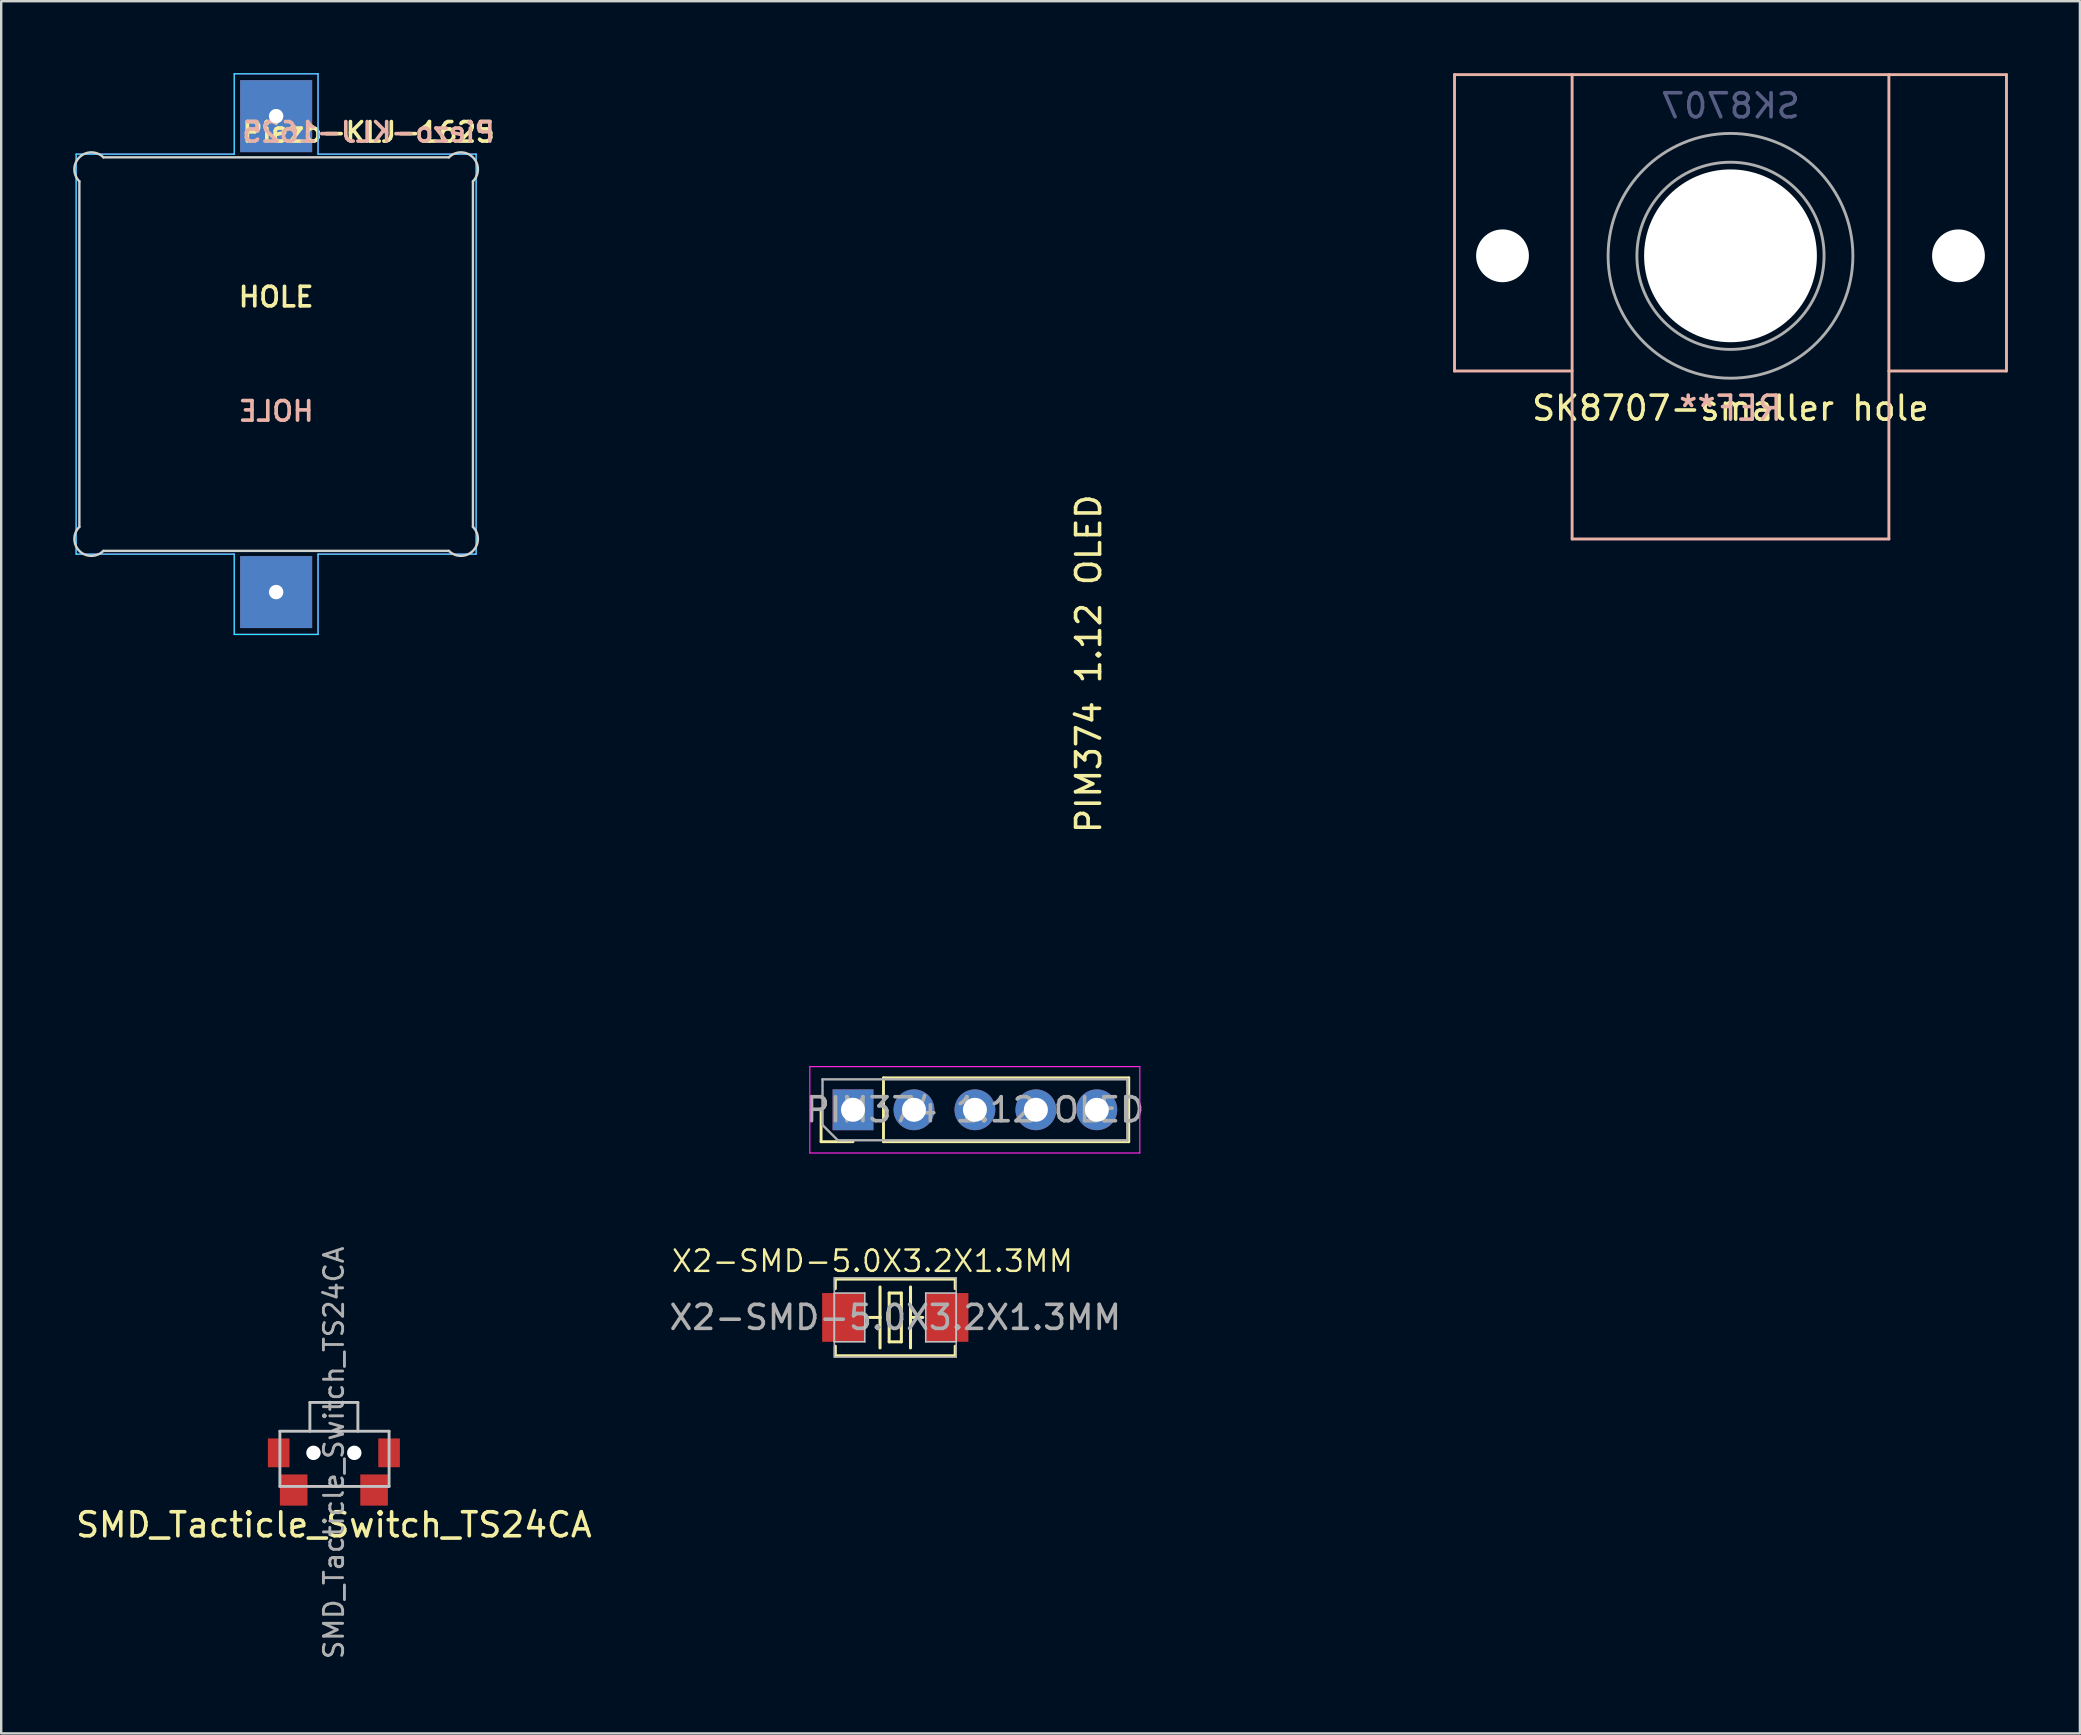
<source format=kicad_pcb>
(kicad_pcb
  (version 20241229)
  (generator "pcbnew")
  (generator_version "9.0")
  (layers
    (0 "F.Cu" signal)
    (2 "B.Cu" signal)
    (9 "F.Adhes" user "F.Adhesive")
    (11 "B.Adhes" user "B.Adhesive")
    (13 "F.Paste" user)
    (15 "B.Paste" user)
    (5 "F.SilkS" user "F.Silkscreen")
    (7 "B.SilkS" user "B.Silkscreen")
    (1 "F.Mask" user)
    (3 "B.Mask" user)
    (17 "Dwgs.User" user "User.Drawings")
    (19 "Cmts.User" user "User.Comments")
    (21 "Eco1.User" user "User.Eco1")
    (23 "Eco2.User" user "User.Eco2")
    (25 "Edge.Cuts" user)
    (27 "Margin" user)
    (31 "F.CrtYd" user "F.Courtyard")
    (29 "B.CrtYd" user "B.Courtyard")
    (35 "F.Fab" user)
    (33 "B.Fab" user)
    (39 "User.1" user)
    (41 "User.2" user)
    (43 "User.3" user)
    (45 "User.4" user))
  (footprint "Piezo-KLJ-1625"
    (layer "F.Cu")
    (at 8.457 11.706)
    (property "Reference" "Piezo-KLJ-1625" (at 3.851 -9.246 180) (layer "F.SilkS") (effects (font (size 0.813 0.813) (thickness 0.152))))
    (attr through_hole)
    (fp_line (start -8.2 -7.2) (end -8.2 7.2) (stroke (width 0.1) (type solid)) (layer "Edge.Cuts"))
    (fp_line (start -7.2 8.2) (end 7.2 8.2) (stroke (width 0.1) (type solid)) (layer "Edge.Cuts"))
    (fp_line (start 7.2 -8.2) (end -7.2 -8.2) (stroke (width 0.1) (type solid)) (layer "Edge.Cuts"))
    (fp_line (start 8.2 7.2) (end 8.2 -7.2) (stroke (width 0.1) (type solid)) (layer "Edge.Cuts"))
    (fp_arc (start -8.2 -7.2) (mid -8.2 -8.2) (end -7.2 -8.2) (stroke (width 0.1) (type solid)) (layer "Edge.Cuts"))
    (fp_arc (start -7.2 8.2) (mid -8.2 8.2) (end -8.2 7.2) (stroke (width 0.1) (type solid)) (layer "Edge.Cuts"))
    (fp_arc (start 7.2 -8.2) (mid 8.2 -8.2) (end 8.2 -7.2) (stroke (width 0.1) (type solid)) (layer "Edge.Cuts"))
    (fp_arc (start 8.2 7.2) (mid 8.2 8.2) (end 7.2 8.2) (stroke (width 0.1) (type solid)) (layer "Edge.Cuts"))
    (fp_line (start -8.334 -8.334) (end -8.334 8.334) (stroke (width 0.05) (type solid)) (layer "B.CrtYd"))
    (fp_line (start -8.334 8.334) (end -1.746 8.334) (stroke (width 0.05) (type solid)) (layer "B.CrtYd"))
    (fp_line (start -1.746 -11.681) (end -1.746 -8.334) (stroke (width 0.05) (type solid)) (layer "B.CrtYd"))
    (fp_line (start -1.746 -8.334) (end -8.334 -8.334) (stroke (width 0.05) (type solid)) (layer "B.CrtYd"))
    (fp_line (start -1.746 8.334) (end -1.746 11.681) (stroke (width 0.05) (type solid)) (layer "B.CrtYd"))
    (fp_line (start -1.746 11.681) (end 1.746 11.681) (stroke (width 0.05) (type solid)) (layer "B.CrtYd"))
    (fp_line (start 1.746 -11.681) (end -1.746 -11.681) (stroke (width 0.05) (type solid)) (layer "B.CrtYd"))
    (fp_line (start 1.746 -8.334) (end 1.746 -11.681) (stroke (width 0.05) (type solid)) (layer "B.CrtYd"))
    (fp_line (start 1.746 8.334) (end 8.334 8.334) (stroke (width 0.05) (type solid)) (layer "B.CrtYd"))
    (fp_line (start 1.746 11.681) (end 1.746 8.334) (stroke (width 0.05) (type solid)) (layer "B.CrtYd"))
    (fp_line (start 8.334 -8.334) (end 1.746 -8.334) (stroke (width 0.05) (type solid)) (layer "B.CrtYd"))
    (fp_line (start 8.334 8.334) (end 8.334 -8.334) (stroke (width 0.05) (type solid)) (layer "B.CrtYd"))
    (fp_line (start -8.334 -8.334) (end -8.334 8.334) (stroke (width 0.05) (type solid)) (layer "F.CrtYd"))
    (fp_line (start -8.334 8.334) (end -1.746 8.334) (stroke (width 0.05) (type solid)) (layer "F.CrtYd"))
    (fp_line (start -1.746 -11.681) (end -1.746 -8.334) (stroke (width 0.05) (type solid)) (layer "F.CrtYd"))
    (fp_line (start -1.746 -8.334) (end -8.334 -8.334) (stroke (width 0.05) (type solid)) (layer "F.CrtYd"))
    (fp_line (start -1.746 8.334) (end -1.746 11.681) (stroke (width 0.05) (type solid)) (layer "F.CrtYd"))
    (fp_line (start -1.746 11.681) (end 1.746 11.681) (stroke (width 0.05) (type solid)) (layer "F.CrtYd"))
    (fp_line (start 1.746 -11.681) (end -1.746 -11.681) (stroke (width 0.05) (type solid)) (layer "F.CrtYd"))
    (fp_line (start 1.746 -8.334) (end 1.746 -11.681) (stroke (width 0.05) (type solid)) (layer "F.CrtYd"))
    (fp_line (start 1.746 8.334) (end 8.334 8.334) (stroke (width 0.05) (type solid)) (layer "F.CrtYd"))
    (fp_line (start 1.746 11.681) (end 1.746 8.334) (stroke (width 0.05) (type solid)) (layer "F.CrtYd"))
    (fp_line (start 8.334 -8.334) (end 1.746 -8.334) (stroke (width 0.05) (type solid)) (layer "F.CrtYd"))
    (fp_line (start 8.334 8.334) (end 8.334 -8.334) (stroke (width 0.05) (type solid)) (layer "F.CrtYd"))
    (fp_text user "HOLE" (at 0 -2.381 180) (layer "F.SilkS") (effects (font (size 0.813 0.813) (thickness 0.152))))
    (fp_text user "${REFERENCE}" (at 3.851 -9.246 180) (layer "B.SilkS") (effects (font (size 0.813 0.813) (thickness 0.152)) (justify mirror)))
    (fp_text user "HOLE" (at 0 2.381 180) (layer "B.SilkS") (effects (font (size 0.813 0.813) (thickness 0.152)) (justify mirror)))
    (pad "1" thru_hole rect (at 0 -9.916) (size 3 3) (drill 0.6) (layers "*.Cu" "*.Mask"))
    (pad "2" thru_hole rect (at 0 9.916) (size 3 3) (drill 0.6) (layers "*.Cu" "*.Mask")))
  (footprint "SK8707-smaller hole"
    (layer "F.Cu")
    (at 69.06 7.61)
    (property "Reference" "SK8707-smaller hole" (at 0 6.35 180) (layer "F.SilkS") (effects (font (size 1 1) (thickness 0.15))))
    (attr through_hole)
    (fp_line (start -11.5 -7.55) (end -11.5 4.8) (stroke (width 0.12) (type solid)) (layer "B.SilkS"))
    (fp_line (start -11.5 -7.55) (end 11.5 -7.55) (stroke (width 0.12) (type solid)) (layer "B.SilkS"))
    (fp_line (start -11.5 4.8) (end -6.6 4.8) (stroke (width 0.12) (type solid)) (layer "B.SilkS"))
    (fp_line (start -6.6 11.8) (end -6.6 -7.55) (stroke (width 0.12) (type solid)) (layer "B.SilkS"))
    (fp_line (start -6.6 11.8) (end 6.6 11.8) (stroke (width 0.12) (type solid)) (layer "B.SilkS"))
    (fp_line (start 6.6 4.8) (end 11.5 4.8) (stroke (width 0.12) (type solid)) (layer "B.SilkS"))
    (fp_line (start 6.6 11.8) (end 6.6 -7.55) (stroke (width 0.12) (type solid)) (layer "B.SilkS"))
    (fp_line (start 11.5 4.8) (end 11.5 -7.55) (stroke (width 0.12) (type solid)) (layer "B.SilkS"))
    (fp_line (start -1.2 -1.2) (end -1.2 1.2) (stroke (width 0.12) (type solid)) (layer "F.Fab"))
    (fp_line (start 1.2 -1.2) (end -1.2 -1.2) (stroke (width 0.12) (type solid)) (layer "F.Fab"))
    (fp_line (start 1.2 1.2) (end -1.2 1.2) (stroke (width 0.12) (type solid)) (layer "F.Fab"))
    (fp_line (start 1.2 1.2) (end 1.2 -1.2) (stroke (width 0.12) (type solid)) (layer "F.Fab"))
    (fp_circle (center 0 0) (end 3.9 0) (stroke (width 0.12) (type solid)) (fill no) (layer "F.Fab"))
    (fp_circle (center 0 0) (end 5.1 0) (stroke (width 0.12) (type solid)) (fill no) (layer "F.Fab"))
    (fp_text user "REF**" (at 0 6.35 180) (layer "B.SilkS") (effects (font (size 1 1) (thickness 0.15)) (justify mirror)))
    (fp_text user "SK8707" (at 0 -6.25 180) (layer "B.Fab") (effects (font (size 1 1) (thickness 0.15)) (justify mirror)))
    (pad "" np_thru_hole circle (at -9.5 0) (size 2.2 2.2) (drill 2.2) (layers "*.Cu" "*.Mask"))
    (pad "" np_thru_hole circle (at 0 0) (size 7.2 7.2) (drill 7.2) (layers "*.Cu" "*.Mask"))
    (pad "" np_thru_hole circle (at 9.5 0) (size 2.2 2.2) (drill 2.2) (layers "*.Cu" "*.Mask")))
  (footprint "PIM374 1.12 OLED"
    (layer "F.Cu")
    (at 37.6 23.9)
    (property "Reference" "PIM374 1.12 OLED" (at 4.714 0.709 90) (layer "F.SilkS") (effects (font (size 1 1) (thickness 0.15))))
    (attr through_hole)
    (fp_line (start -6.435 20.625) (end -6.435 19.295) (stroke (width 0.12) (type solid)) (layer "F.SilkS"))
    (fp_line (start -5.105 20.625) (end -6.435 20.625) (stroke (width 0.12) (type solid)) (layer "F.SilkS"))
    (fp_line (start -3.835 17.965) (end 6.385 17.965) (stroke (width 0.12) (type solid)) (layer "F.SilkS"))
    (fp_line (start -3.835 20.625) (end -3.835 17.965) (stroke (width 0.12) (type solid)) (layer "F.SilkS"))
    (fp_line (start -3.835 20.625) (end 6.385 20.625) (stroke (width 0.12) (type solid)) (layer "F.SilkS"))
    (fp_line (start 6.385 20.625) (end 6.385 17.965) (stroke (width 0.12) (type solid)) (layer "F.SilkS"))
    (fp_line (start -6.905 17.495) (end -6.905 21.095) (stroke (width 0.05) (type solid)) (layer "F.CrtYd"))
    (fp_line (start -6.905 21.095) (end 6.845 21.095) (stroke (width 0.05) (type solid)) (layer "F.CrtYd"))
    (fp_line (start 6.845 17.495) (end -6.905 17.495) (stroke (width 0.05) (type solid)) (layer "F.CrtYd"))
    (fp_line (start 6.845 21.095) (end 6.845 17.495) (stroke (width 0.05) (type solid)) (layer "F.CrtYd"))
    (fp_line (start -6.375 18.025) (end 6.325 18.025) (stroke (width 0.1) (type solid)) (layer "F.Fab"))
    (fp_line (start -6.375 19.93) (end -6.375 18.025) (stroke (width 0.1) (type solid)) (layer "F.Fab"))
    (fp_line (start -5.74 20.565) (end -6.375 19.93) (stroke (width 0.1) (type solid)) (layer "F.Fab"))
    (fp_line (start 6.325 18.025) (end 6.325 20.565) (stroke (width 0.1) (type solid)) (layer "F.Fab"))
    (fp_line (start 6.325 20.565) (end -5.74 20.565) (stroke (width 0.1) (type solid)) (layer "F.Fab"))
    (fp_line (start -16.8 -23.8) (end 16.8 -23.8) (stroke (width 0.2) (type solid)) (layer "User.8"))
    (fp_line (start -16.8 21.8) (end -16.8 -23.8) (stroke (width 0.2) (type solid)) (layer "User.8"))
    (fp_line (start -14.5 -22) (end -14.5 13.5) (stroke (width 0.2) (type solid)) (layer "User.8"))
    (fp_line (start -14.5 2.5) (end 14.5 2.5) (stroke (width 0.2) (type solid)) (layer "User.8"))
    (fp_line (start -14.5 13.5) (end -14.5 2.5) (stroke (width 0.2) (type solid)) (layer "User.8"))
    (fp_line (start -13 15) (end -8 15) (stroke (width 0.2) (type solid)) (layer "User.8"))
    (fp_line (start -8 15) (end -13 15) (stroke (width 0.2) (type solid)) (layer "User.8"))
    (fp_line (start -8 15) (end -8 21) (stroke (width 0.2) (type solid)) (layer "User.8"))
    (fp_line (start -8 21) (end -8 15) (stroke (width 0.2) (type solid)) (layer "User.8"))
    (fp_line (start -8 21) (end 8 21) (stroke (width 0.2) (type solid)) (layer "User.8"))
    (fp_line (start 8 15) (end 8 21) (stroke (width 0.2) (type solid)) (layer "User.8"))
    (fp_line (start 8 15) (end 13 15) (stroke (width 0.2) (type solid)) (layer "User.8"))
    (fp_line (start 8 21) (end -8 21) (stroke (width 0.2) (type solid)) (layer "User.8"))
    (fp_line (start 8 21) (end 8 15) (stroke (width 0.2) (type solid)) (layer "User.8"))
    (fp_line (start 13 15) (end 8 15) (stroke (width 0.2) (type solid)) (layer "User.8"))
    (fp_line (start 14.5 -22) (end -14.5 -22) (stroke (width 0.2) (type solid)) (layer "User.8"))
    (fp_line (start 14.5 2.5) (end 14.5 13.5) (stroke (width 0.2) (type solid)) (layer "User.8"))
    (fp_line (start 14.5 13.5) (end 14.5 -22) (stroke (width 0.2) (type solid)) (layer "User.8"))
    (fp_line (start 16.8 -23.8) (end 16.8 21.8) (stroke (width 0.2) (type solid)) (layer "User.8"))
    (fp_line (start 16.8 21.8) (end -16.8 21.8) (stroke (width 0.2) (type solid)) (layer "User.8"))
    (fp_arc (start -13 15) (mid -14.06066 14.56066) (end -14.5 13.5) (stroke (width 0.2) (type solid)) (layer "User.8"))
    (fp_arc (start -13 15) (mid -14.06066 14.56066) (end -14.5 13.5) (stroke (width 0.2) (type solid)) (layer "User.8"))
    (fp_arc (start 14.5 13.5) (mid 14.06066 14.56066) (end 13 15) (stroke (width 0.2) (type solid)) (layer "User.8"))
    (fp_arc (start 14.5 13.5) (mid 14.06066 14.56066) (end 13 15) (stroke (width 0.2) (type solid)) (layer "User.8"))
    (fp_circle (center -11 12) (end -12 12) (stroke (width 0.2) (type solid)) (fill no) (layer "User.8"))
    (fp_circle (center -11 12) (end -12 12) (stroke (width 0.2) (type solid)) (fill no) (layer "User.8"))
    (fp_circle (center 11 12) (end 10 12) (stroke (width 0.2) (type solid)) (fill no) (layer "User.8"))
    (fp_text user "${REFERENCE}" (at -0.025 19.295 180) (layer "F.Fab") (effects (font (size 1 1) (thickness 0.15))))
    (pad "1" thru_hole rect (at -5.105 19.295 90) (size 1.7 1.7) (drill 1) (layers "*.Cu" "*.Mask"))
    (pad "2" thru_hole oval (at -2.565 19.295 90) (size 1.7 1.7) (drill 1) (layers "*.Cu" "*.Mask"))
    (pad "3" thru_hole oval (at -0.025 19.295 90) (size 1.7 1.7) (drill 1) (layers "*.Cu" "*.Mask"))
    (pad "4" thru_hole oval (at 2.515 19.295 90) (size 1.7 1.7) (drill 1) (layers "*.Cu" "*.Mask"))
    (pad "5" thru_hole oval (at 5.055 19.295 90) (size 1.7 1.7) (drill 1) (layers "*.Cu" "*.Mask")))
  (footprint "X2-SMD-5.0X3.2X1.3MM"
    (layer "F.Cu")
    (at 34.256 51.848)
    (property "Reference" "X2-SMD-5.0X3.2X1.3MM" (at -0.953 -2.349 0) (layer "F.SilkS") (effects (font (size 0.889 0.889) (thickness 0.102))))
    (attr smd)
    (fp_line (start -2.499 -1.598) (end -2.499 -1.199) (stroke (width 0.127) (type solid)) (layer "F.SilkS"))
    (fp_line (start -2.499 1.199) (end -2.499 1.598) (stroke (width 0.127) (type solid)) (layer "F.SilkS"))
    (fp_line (start -2.499 1.598) (end 2.499 1.598) (stroke (width 0.127) (type solid)) (layer "F.SilkS"))
    (fp_line (start -0.635 -1.27) (end -0.635 0) (stroke (width 0.127) (type solid)) (layer "F.SilkS"))
    (fp_line (start -0.635 0) (end -1.143 0) (stroke (width 0.127) (type solid)) (layer "F.SilkS"))
    (fp_line (start -0.635 0) (end -0.635 1.27) (stroke (width 0.127) (type solid)) (layer "F.SilkS"))
    (fp_line (start -0.254 -1.016) (end -0.254 1.016) (stroke (width 0.127) (type solid)) (layer "F.SilkS"))
    (fp_line (start -0.254 1.016) (end 0.254 1.016) (stroke (width 0.127) (type solid)) (layer "F.SilkS"))
    (fp_line (start 0.254 -1.016) (end -0.254 -1.016) (stroke (width 0.127) (type solid)) (layer "F.SilkS"))
    (fp_line (start 0.254 1.016) (end 0.254 -1.016) (stroke (width 0.127) (type solid)) (layer "F.SilkS"))
    (fp_line (start 0.635 -1.27) (end 0.635 0) (stroke (width 0.127) (type solid)) (layer "F.SilkS"))
    (fp_line (start 0.635 0) (end 0.635 1.27) (stroke (width 0.127) (type solid)) (layer "F.SilkS"))
    (fp_line (start 0.635 0) (end 1.143 0) (stroke (width 0.127) (type solid)) (layer "F.SilkS"))
    (fp_line (start 2.499 -1.598) (end -2.499 -1.598) (stroke (width 0.127) (type solid)) (layer "F.SilkS"))
    (fp_line (start 2.499 -1.199) (end 2.499 -1.598) (stroke (width 0.127) (type solid)) (layer "F.SilkS"))
    (fp_line (start 2.499 1.598) (end 2.499 1.199) (stroke (width 0.127) (type solid)) (layer "F.SilkS"))
    (fp_line (start -2.54 -1.016) (end -1.27 -1.016) (stroke (width 0.066) (type solid)) (layer "Dwgs.User"))
    (fp_line (start -2.54 1.016) (end -2.54 -1.016) (stroke (width 0.066) (type solid)) (layer "Dwgs.User"))
    (fp_line (start -2.54 1.016) (end -1.27 1.016) (stroke (width 0.066) (type solid)) (layer "Dwgs.User"))
    (fp_line (start -1.27 1.016) (end -1.27 -1.016) (stroke (width 0.066) (type solid)) (layer "Dwgs.User"))
    (fp_line (start 1.27 -1.016) (end 2.54 -1.016) (stroke (width 0.066) (type solid)) (layer "Dwgs.User"))
    (fp_line (start 1.27 1.016) (end 1.27 -1.016) (stroke (width 0.066) (type solid)) (layer "Dwgs.User"))
    (fp_line (start 1.27 1.016) (end 2.54 1.016) (stroke (width 0.066) (type solid)) (layer "Dwgs.User"))
    (fp_line (start 2.54 1.016) (end 2.54 -1.016) (stroke (width 0.066) (type solid)) (layer "Dwgs.User"))
    (fp_line (start -2.54 -1.651) (end 2.54 -1.651) (stroke (width 0.066) (type solid)) (layer "F.Fab"))
    (fp_line (start -2.54 1.651) (end -2.54 -1.651) (stroke (width 0.066) (type solid)) (layer "F.Fab"))
    (fp_line (start -2.54 1.651) (end 2.54 1.651) (stroke (width 0.066) (type solid)) (layer "F.Fab"))
    (fp_line (start 2.54 1.651) (end 2.54 -1.651) (stroke (width 0.066) (type solid)) (layer "F.Fab"))
    (fp_text user "${REFERENCE}" (at 0 0 0) (layer "F.Fab") (effects (font (size 1 1) (thickness 0.15))))
    (pad "1" smd rect (at -2.159 0) (size 1.778 2.032) (layers "F.Cu" "F.Mask" "F.Paste"))
    (pad "2" smd rect (at 2.159 0) (size 1.778 2.032) (layers "F.Cu" "F.Mask" "F.Paste")))
  (footprint "SMD_Tacticle_Switch_TS24CA"
    (layer "F.Cu")
    (at 10.863 57.49)
    (property "Reference" "SMD_Tacticle_Switch_TS24CA" (at 0 3 0) (layer "F.SilkS") (effects (font (size 1 1) (thickness 0.15))))
    (attr through_hole)
    (fp_line (start -2.25 -0.9) (end 2.3 -0.9) (stroke (width 0.12) (type solid)) (layer "Dwgs.User"))
    (fp_line (start -2.25 1.4) (end -2.25 -0.9) (stroke (width 0.12) (type solid)) (layer "Dwgs.User"))
    (fp_line (start -1 -2.1) (end -1 -0.9) (stroke (width 0.12) (type solid)) (layer "Dwgs.User"))
    (fp_line (start -1 -2.1) (end 1 -2.1) (stroke (width 0.12) (type solid)) (layer "Dwgs.User"))
    (fp_line (start 1 -2.1) (end 1 -0.9) (stroke (width 0.12) (type solid)) (layer "Dwgs.User"))
    (fp_line (start 2.3 -0.9) (end 2.3 1.4) (stroke (width 0.12) (type solid)) (layer "Dwgs.User"))
    (fp_line (start 2.3 1.4) (end -2.25 1.4) (stroke (width 0.12) (type solid)) (layer "Dwgs.User"))
    (fp_text user "${REFERENCE}" (at 0 0 90) (layer "F.Fab") (effects (font (size 0.8 0.8) (thickness 0.12))))
    (pad "" smd rect (at -2.3 0) (size 0.9 1.2) (layers "F.Cu" "F.Mask"))
    (pad "" np_thru_hole circle (at -0.85 0) (size 0.6 0.6) (drill 0.6) (layers "*.Cu" "*.Mask"))
    (pad "" np_thru_hole circle (at 0.85 0) (size 0.6 0.6) (drill 0.6) (layers "*.Cu" "*.Mask"))
    (pad "" smd rect (at 2.3 0) (size 0.9 1.2) (layers "F.Cu" "F.Mask"))
    (pad "1" smd rect (at -1.675 1.55) (size 1.15 1.3) (layers "F.Cu" "F.Mask"))
    (pad "2" smd rect (at 1.675 1.55) (size 1.15 1.3) (layers "F.Cu" "F.Mask")))
  (gr_rect
    (start -3 -3)
    (end 83.62 69.181)
    (stroke (width 0.1) (type default))
    (fill no)
    (layer "Edge.Cuts")))
</source>
